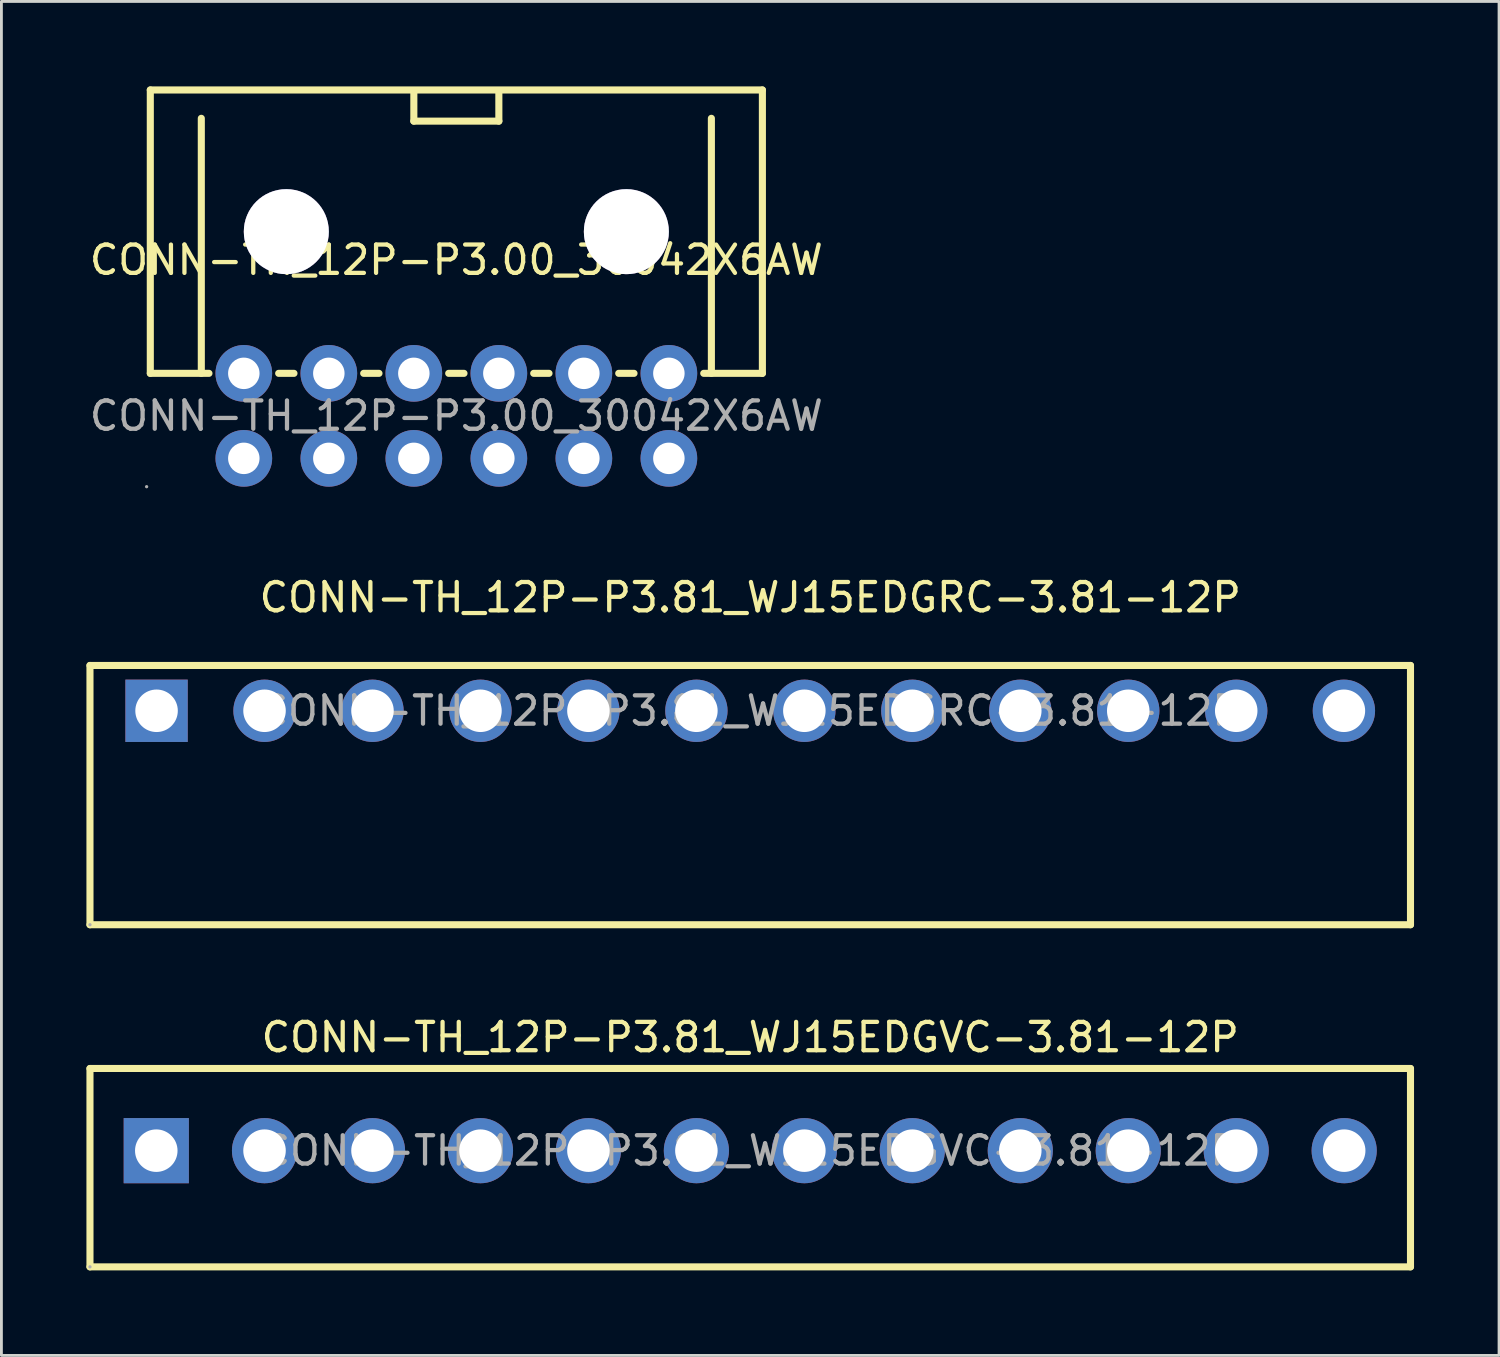
<source format=kicad_pcb>
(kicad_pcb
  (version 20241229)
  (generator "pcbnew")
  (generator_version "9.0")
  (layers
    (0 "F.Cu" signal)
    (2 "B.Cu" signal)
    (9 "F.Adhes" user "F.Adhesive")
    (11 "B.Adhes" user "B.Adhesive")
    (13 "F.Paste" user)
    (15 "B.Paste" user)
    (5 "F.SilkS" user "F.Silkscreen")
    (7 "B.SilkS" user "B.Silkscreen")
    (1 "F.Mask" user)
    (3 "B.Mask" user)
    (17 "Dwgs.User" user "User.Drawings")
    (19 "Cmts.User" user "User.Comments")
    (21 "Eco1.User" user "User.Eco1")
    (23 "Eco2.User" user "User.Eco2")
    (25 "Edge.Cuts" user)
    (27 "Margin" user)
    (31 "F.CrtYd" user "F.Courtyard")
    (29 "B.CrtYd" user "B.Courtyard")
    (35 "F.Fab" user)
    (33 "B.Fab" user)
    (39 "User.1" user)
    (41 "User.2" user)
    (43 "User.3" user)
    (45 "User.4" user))
  (footprint "CONN-TH_12P-P3.81_WJ15EDGRC-3.81-12P"
    (layer "F.Cu")
    (at 23.425 22.033)
    (property "Reference" "CONN-TH_12P-P3.81_WJ15EDGRC-3.81-12P" (at 0 -4 0) (layer "F.SilkS") (effects (font (size 1 1) (thickness 0.15))))
    (attr through_hole)
    (fp_line (start -23.3 -1.6) (end -23.3 7.55) (stroke (width 0.25) (type solid)) (layer "F.SilkS"))
    (fp_line (start -23.3 7.55) (end 23.3 7.55) (stroke (width 0.25) (type solid)) (layer "F.SilkS"))
    (fp_line (start 23.3 -1.6) (end -23.3 -1.6) (stroke (width 0.25) (type solid)) (layer "F.SilkS"))
    (fp_line (start 23.3 7.55) (end 23.3 -1.6) (stroke (width 0.25) (type solid)) (layer "F.SilkS"))
    (fp_circle (center -23.3 7.55) (end -23.27 7.55) (stroke (width 0.06) (type solid)) (fill no) (layer "F.Fab"))
    (fp_circle (center -20.95 0) (end -20.62 0) (stroke (width 0.65) (type solid)) (fill no) (layer "F.Fab"))
    (fp_circle (center -17.14 0) (end -16.81 0) (stroke (width 0.65) (type solid)) (fill no) (layer "F.Fab"))
    (fp_circle (center -13.33 0) (end -13 0) (stroke (width 0.65) (type solid)) (fill no) (layer "F.Fab"))
    (fp_circle (center -9.52 0) (end -9.19 0) (stroke (width 0.65) (type solid)) (fill no) (layer "F.Fab"))
    (fp_circle (center -5.71 0) (end -5.38 0) (stroke (width 0.65) (type solid)) (fill no) (layer "F.Fab"))
    (fp_circle (center -1.9 0) (end -1.57 0) (stroke (width 0.65) (type solid)) (fill no) (layer "F.Fab"))
    (fp_circle (center 1.91 0) (end 2.24 0) (stroke (width 0.65) (type solid)) (fill no) (layer "F.Fab"))
    (fp_circle (center 5.72 0) (end 6.05 0) (stroke (width 0.65) (type solid)) (fill no) (layer "F.Fab"))
    (fp_circle (center 9.53 0) (end 9.86 0) (stroke (width 0.65) (type solid)) (fill no) (layer "F.Fab"))
    (fp_circle (center 13.34 0) (end 13.67 0) (stroke (width 0.65) (type solid)) (fill no) (layer "F.Fab"))
    (fp_circle (center 17.15 0) (end 17.48 0) (stroke (width 0.65) (type solid)) (fill no) (layer "F.Fab"))
    (fp_circle (center 20.95 0) (end 21.28 0) (stroke (width 0.65) (type solid)) (fill no) (layer "F.Fab"))
    (fp_text user "${REFERENCE}" (at 0 0 0) (layer "F.Fab") (effects (font (size 1 1) (thickness 0.15))))
    (pad "1" thru_hole rect (at -20.95 0) (size 2.2 2.2) (drill 1.5) (layers "*.Cu" "*.Paste" "*.Mask"))
    (pad "2" thru_hole circle (at -17.14 0) (size 2.2 2.2) (drill 1.5) (layers "*.Cu" "*.Paste" "*.Mask"))
    (pad "3" thru_hole circle (at -13.33 0) (size 2.2 2.2) (drill 1.5) (layers "*.Cu" "*.Paste" "*.Mask"))
    (pad "4" thru_hole circle (at -9.52 0) (size 2.2 2.2) (drill 1.5) (layers "*.Cu" "*.Paste" "*.Mask"))
    (pad "5" thru_hole circle (at -5.71 0) (size 2.2 2.2) (drill 1.5) (layers "*.Cu" "*.Paste" "*.Mask"))
    (pad "6" thru_hole circle (at -1.9 0) (size 2.2 2.2) (drill 1.5) (layers "*.Cu" "*.Paste" "*.Mask"))
    (pad "7" thru_hole circle (at 1.91 0) (size 2.2 2.2) (drill 1.5) (layers "*.Cu" "*.Paste" "*.Mask"))
    (pad "8" thru_hole circle (at 5.72 0) (size 2.2 2.2) (drill 1.5) (layers "*.Cu" "*.Paste" "*.Mask"))
    (pad "9" thru_hole circle (at 9.53 0) (size 2.2 2.2) (drill 1.5) (layers "*.Cu" "*.Paste" "*.Mask"))
    (pad "10" thru_hole circle (at 13.34 0) (size 2.2 2.2) (drill 1.5) (layers "*.Cu" "*.Paste" "*.Mask"))
    (pad "11" thru_hole circle (at 17.15 0) (size 2.2 2.2) (drill 1.5) (layers "*.Cu" "*.Paste" "*.Mask"))
    (pad "12" thru_hole circle (at 20.95 0) (size 2.2 2.2) (drill 1.5) (layers "*.Cu" "*.Paste" "*.Mask")))
  (footprint "CONN-TH_12P-P3.00_30042X6AW"
    (layer "F.Cu")
    (at 13.054 11.625)
    (property "Reference" "CONN-TH_12P-P3.00_30042X6AW" (at 0 -5.5 0) (layer "F.SilkS") (effects (font (size 1 1) (thickness 0.15))))
    (attr through_hole)
    (fp_line (start -10.8 -11.5) (end -10.8 -1.5) (stroke (width 0.25) (type solid)) (layer "F.SilkS"))
    (fp_line (start -10.8 -11.5) (end 10.8 -11.5) (stroke (width 0.25) (type solid)) (layer "F.SilkS"))
    (fp_line (start -10.8 -1.5) (end -8.73 -1.5) (stroke (width 0.25) (type solid)) (layer "F.SilkS"))
    (fp_line (start -9 -1.5) (end -9 -10.5) (stroke (width 0.25) (type solid)) (layer "F.SilkS"))
    (fp_line (start -6.27 -1.5) (end -5.73 -1.5) (stroke (width 0.25) (type solid)) (layer "F.SilkS"))
    (fp_line (start -3.27 -1.5) (end -2.73 -1.5) (stroke (width 0.25) (type solid)) (layer "F.SilkS"))
    (fp_line (start -1.5 -11.4) (end -1.5 -10.4) (stroke (width 0.25) (type solid)) (layer "F.SilkS"))
    (fp_line (start -1.5 -10.4) (end 1.5 -10.4) (stroke (width 0.25) (type solid)) (layer "F.SilkS"))
    (fp_line (start -0.27 -1.5) (end 0.27 -1.5) (stroke (width 0.25) (type solid)) (layer "F.SilkS"))
    (fp_line (start 1.5 -10.4) (end 1.5 -11.4) (stroke (width 0.25) (type solid)) (layer "F.SilkS"))
    (fp_line (start 2.73 -1.5) (end 3.27 -1.5) (stroke (width 0.25) (type solid)) (layer "F.SilkS"))
    (fp_line (start 5.73 -1.5) (end 6.27 -1.5) (stroke (width 0.25) (type solid)) (layer "F.SilkS"))
    (fp_line (start 8.73 -1.5) (end 10.8 -1.5) (stroke (width 0.25) (type solid)) (layer "F.SilkS"))
    (fp_line (start 9 -1.5) (end 9 -10.5) (stroke (width 0.25) (type solid)) (layer "F.SilkS"))
    (fp_line (start 10.8 -11.5) (end 10.8 -1.5) (stroke (width 0.25) (type solid)) (layer "F.SilkS"))
    (fp_circle (center -10.93 2.5) (end -10.9 2.5) (stroke (width 0.06) (type solid)) (fill no) (layer "F.Fab"))
    (fp_circle (center -7.5 -1.5) (end -7.27 -1.5) (stroke (width 0.45) (type solid)) (fill no) (layer "F.Fab"))
    (fp_circle (center -7.5 1.5) (end -7.27 1.5) (stroke (width 0.45) (type solid)) (fill no) (layer "F.Fab"))
    (fp_circle (center -6 -6.5) (end -5.3 -6.5) (stroke (width 1.4) (type solid)) (fill no) (layer "F.Fab"))
    (fp_circle (center -4.5 -1.5) (end -4.27 -1.5) (stroke (width 0.45) (type solid)) (fill no) (layer "F.Fab"))
    (fp_circle (center -4.5 1.5) (end -4.27 1.5) (stroke (width 0.45) (type solid)) (fill no) (layer "F.Fab"))
    (fp_circle (center -1.5 -1.5) (end -1.27 -1.5) (stroke (width 0.45) (type solid)) (fill no) (layer "F.Fab"))
    (fp_circle (center -1.5 1.5) (end -1.27 1.5) (stroke (width 0.45) (type solid)) (fill no) (layer "F.Fab"))
    (fp_circle (center 1.5 -1.5) (end 1.73 -1.5) (stroke (width 0.45) (type solid)) (fill no) (layer "F.Fab"))
    (fp_circle (center 1.5 1.5) (end 1.73 1.5) (stroke (width 0.45) (type solid)) (fill no) (layer "F.Fab"))
    (fp_circle (center 4.5 -1.5) (end 4.73 -1.5) (stroke (width 0.45) (type solid)) (fill no) (layer "F.Fab"))
    (fp_circle (center 4.5 1.5) (end 4.73 1.5) (stroke (width 0.45) (type solid)) (fill no) (layer "F.Fab"))
    (fp_circle (center 6 -6.5) (end 6.7 -6.5) (stroke (width 1.4) (type solid)) (fill no) (layer "F.Fab"))
    (fp_circle (center 7.5 -1.5) (end 7.73 -1.5) (stroke (width 0.45) (type solid)) (fill no) (layer "F.Fab"))
    (fp_circle (center 7.5 1.5) (end 7.73 1.5) (stroke (width 0.45) (type solid)) (fill no) (layer "F.Fab"))
    (fp_text user "${REFERENCE}" (at 0 0 0) (layer "F.Fab") (effects (font (size 1 1) (thickness 0.15))))
    (pad "" thru_hole circle (at -6 -6.5) (size 3 3) (drill 3) (layers "*.Cu" "*.Mask"))
    (pad "" thru_hole circle (at 6 -6.5) (size 3 3) (drill 3) (layers "*.Cu" "*.Mask"))
    (pad "1" thru_hole circle (at -7.5 1.5) (size 2 2) (drill 1.11) (layers "*.Cu" "*.Paste" "*.Mask"))
    (pad "2" thru_hole circle (at -7.5 -1.5) (size 2 2) (drill 1.11) (layers "*.Cu" "*.Paste" "*.Mask"))
    (pad "3" thru_hole circle (at -4.5 1.5) (size 2 2) (drill 1.11) (layers "*.Cu" "*.Paste" "*.Mask"))
    (pad "4" thru_hole circle (at -4.5 -1.5) (size 2 2) (drill 1.11) (layers "*.Cu" "*.Paste" "*.Mask"))
    (pad "5" thru_hole circle (at -1.5 1.5) (size 2 2) (drill 1.11) (layers "*.Cu" "*.Paste" "*.Mask"))
    (pad "6" thru_hole circle (at -1.5 -1.5) (size 2 2) (drill 1.11) (layers "*.Cu" "*.Paste" "*.Mask"))
    (pad "7" thru_hole circle (at 1.5 1.5) (size 2 2) (drill 1.11) (layers "*.Cu" "*.Paste" "*.Mask"))
    (pad "8" thru_hole circle (at 1.5 -1.5) (size 2 2) (drill 1.11) (layers "*.Cu" "*.Paste" "*.Mask"))
    (pad "9" thru_hole circle (at 4.5 1.5) (size 2 2) (drill 1.11) (layers "*.Cu" "*.Paste" "*.Mask"))
    (pad "10" thru_hole circle (at 4.5 -1.5) (size 2 2) (drill 1.11) (layers "*.Cu" "*.Paste" "*.Mask"))
    (pad "11" thru_hole circle (at 7.5 1.5) (size 2 2) (drill 1.11) (layers "*.Cu" "*.Paste" "*.Mask"))
    (pad "12" thru_hole circle (at 7.5 -1.5) (size 2 2) (drill 1.11) (layers "*.Cu" "*.Paste" "*.Mask")))
  (footprint "CONN-TH_12P-P3.81_WJ15EDGVC-3.81-12P"
    (layer "F.Cu")
    (at 23.425 37.556)
    (property "Reference" "CONN-TH_12P-P3.81_WJ15EDGVC-3.81-12P" (at 0 -4 0) (layer "F.SilkS") (effects (font (size 1 1) (thickness 0.15))))
    (attr through_hole)
    (fp_line (start -23.3 -2.9) (end 23.3 -2.9) (stroke (width 0.25) (type solid)) (layer "F.SilkS"))
    (fp_line (start -23.3 4.1) (end -23.3 -2.9) (stroke (width 0.25) (type solid)) (layer "F.SilkS"))
    (fp_line (start -23.3 4.1) (end 23.3 4.1) (stroke (width 0.25) (type solid)) (layer "F.SilkS"))
    (fp_line (start 23.3 4.1) (end 23.3 -2.9) (stroke (width 0.25) (type solid)) (layer "F.SilkS"))
    (fp_circle (center -23.3 4.1) (end -23.27 4.1) (stroke (width 0.06) (type solid)) (fill no) (layer "F.Fab"))
    (fp_text user "${REFERENCE}" (at 0 0 0) (layer "F.Fab") (effects (font (size 1 1) (thickness 0.15))))
    (pad "1" thru_hole rect (at -20.96 0) (size 2.3 2.3) (drill 1.5) (layers "*.Cu" "*.Paste" "*.Mask"))
    (pad "2" thru_hole circle (at -17.14 0) (size 2.3 2.3) (drill 1.5) (layers "*.Cu" "*.Paste" "*.Mask"))
    (pad "3" thru_hole circle (at -13.33 0) (size 2.3 2.3) (drill 1.5) (layers "*.Cu" "*.Paste" "*.Mask"))
    (pad "4" thru_hole circle (at -9.52 0) (size 2.3 2.3) (drill 1.5) (layers "*.Cu" "*.Paste" "*.Mask"))
    (pad "5" thru_hole circle (at -5.71 0) (size 2.3 2.3) (drill 1.5) (layers "*.Cu" "*.Paste" "*.Mask"))
    (pad "6" thru_hole circle (at -1.9 0) (size 2.3 2.3) (drill 1.5) (layers "*.Cu" "*.Paste" "*.Mask"))
    (pad "7" thru_hole circle (at 1.91 0) (size 2.3 2.3) (drill 1.5) (layers "*.Cu" "*.Paste" "*.Mask"))
    (pad "8" thru_hole circle (at 5.72 0) (size 2.3 2.3) (drill 1.5) (layers "*.Cu" "*.Paste" "*.Mask"))
    (pad "9" thru_hole circle (at 9.53 0) (size 2.3 2.3) (drill 1.5) (layers "*.Cu" "*.Paste" "*.Mask"))
    (pad "10" thru_hole circle (at 13.34 0) (size 2.3 2.3) (drill 1.5) (layers "*.Cu" "*.Paste" "*.Mask"))
    (pad "11" thru_hole circle (at 17.15 0) (size 2.3 2.3) (drill 1.5) (layers "*.Cu" "*.Paste" "*.Mask"))
    (pad "12" thru_hole circle (at 20.96 0) (size 2.3 2.3) (drill 1.5) (layers "*.Cu" "*.Paste" "*.Mask")))
  (gr_rect
    (start -3 -3)
    (end 49.85 44.782)
    (stroke (width 0.1) (type default))
    (fill no)
    (layer "Edge.Cuts")))
</source>
